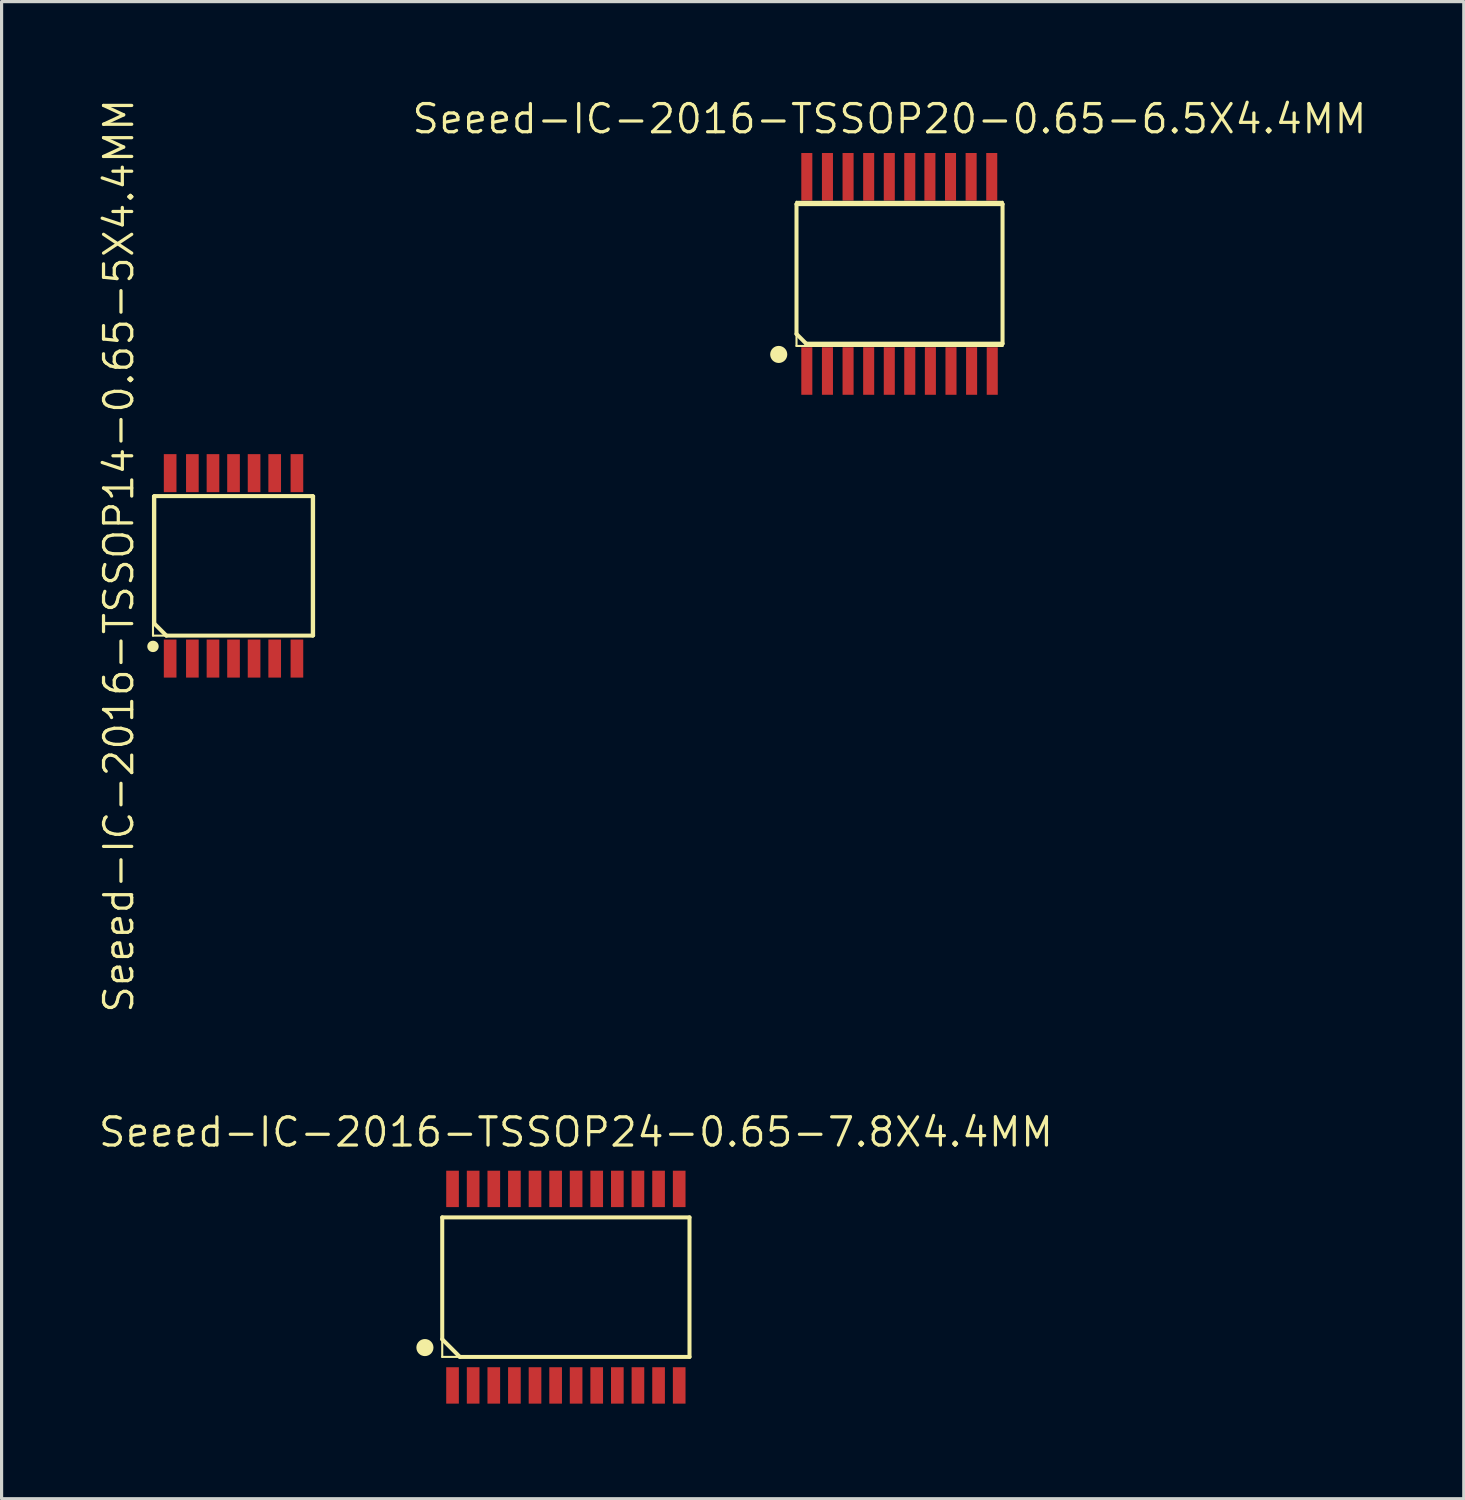
<source format=kicad_pcb>
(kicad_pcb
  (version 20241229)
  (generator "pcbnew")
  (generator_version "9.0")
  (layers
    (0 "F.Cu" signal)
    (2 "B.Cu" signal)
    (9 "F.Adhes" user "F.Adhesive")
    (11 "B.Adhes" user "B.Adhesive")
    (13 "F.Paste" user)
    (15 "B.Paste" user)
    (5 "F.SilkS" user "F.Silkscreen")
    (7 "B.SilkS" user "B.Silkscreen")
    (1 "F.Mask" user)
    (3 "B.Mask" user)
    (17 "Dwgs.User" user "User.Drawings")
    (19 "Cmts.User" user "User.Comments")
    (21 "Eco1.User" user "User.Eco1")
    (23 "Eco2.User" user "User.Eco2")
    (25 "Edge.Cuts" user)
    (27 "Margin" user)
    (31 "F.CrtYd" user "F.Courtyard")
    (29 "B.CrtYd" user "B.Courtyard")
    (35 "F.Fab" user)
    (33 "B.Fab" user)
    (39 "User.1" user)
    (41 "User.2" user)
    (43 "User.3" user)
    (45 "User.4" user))
  (footprint "Seeed-IC-2016-TSSOP24-0.65-7.8X4.4MM"
    (layer "F.Cu")
    (at 14.796 37.544)
    (property "Reference" "Seeed-IC-2016-TSSOP24-0.65-7.8X4.4MM" (at 0.318 -4.889 0) (layer "F.SilkS") (effects (font (size 0.889 0.889) (thickness 0.102))))
    (attr smd)
    (fp_line (start -3.899 -2.2) (end 3.899 -2.2) (stroke (width 0.066) (type solid)) (layer "F.SilkS"))
    (fp_line (start -3.899 -2.2) (end 3.899 -2.2) (stroke (width 0.127) (type solid)) (layer "F.SilkS"))
    (fp_line (start -3.899 1.643) (end -3.899 -2.2) (stroke (width 0.127) (type solid)) (layer "F.SilkS"))
    (fp_line (start -3.899 2.2) (end -3.899 -2.2) (stroke (width 0.066) (type solid)) (layer "F.SilkS"))
    (fp_line (start -3.899 2.2) (end 3.899 2.2) (stroke (width 0.066) (type solid)) (layer "F.SilkS"))
    (fp_line (start -3.343 2.2) (end -3.899 1.643) (stroke (width 0.127) (type solid)) (layer "F.SilkS"))
    (fp_line (start 3.899 -2.2) (end 3.899 2.2) (stroke (width 0.127) (type solid)) (layer "F.SilkS"))
    (fp_line (start 3.899 2.2) (end -3.343 2.2) (stroke (width 0.127) (type solid)) (layer "F.SilkS"))
    (fp_line (start 3.899 2.2) (end 3.899 -2.2) (stroke (width 0.066) (type solid)) (layer "F.SilkS"))
    (fp_circle (center -4.445 1.905) (end -4.636 2.095) (stroke (width 0) (type solid)) (fill yes) (layer "F.SilkS"))
    (pad "1" smd rect (at -3.574 3.099 90) (size 1.148 0.399) (layers "F.Cu" "F.Mask" "F.Paste"))
    (pad "2" smd rect (at -2.924 3.099 90) (size 1.148 0.399) (layers "F.Cu" "F.Mask" "F.Paste"))
    (pad "3" smd rect (at -2.273 3.099 90) (size 1.148 0.399) (layers "F.Cu" "F.Mask" "F.Paste"))
    (pad "4" smd rect (at -1.623 3.099 90) (size 1.148 0.399) (layers "F.Cu" "F.Mask" "F.Paste"))
    (pad "5" smd rect (at -0.973 3.099 90) (size 1.148 0.399) (layers "F.Cu" "F.Mask" "F.Paste"))
    (pad "6" smd rect (at -0.323 3.099 90) (size 1.148 0.399) (layers "F.Cu" "F.Mask" "F.Paste"))
    (pad "7" smd rect (at 0.323 3.099 90) (size 1.148 0.399) (layers "F.Cu" "F.Mask" "F.Paste"))
    (pad "8" smd rect (at 0.973 3.099 90) (size 1.148 0.399) (layers "F.Cu" "F.Mask" "F.Paste"))
    (pad "9" smd rect (at 1.623 3.099 90) (size 1.148 0.399) (layers "F.Cu" "F.Mask" "F.Paste"))
    (pad "10" smd rect (at 2.273 3.099 90) (size 1.148 0.399) (layers "F.Cu" "F.Mask" "F.Paste"))
    (pad "11" smd rect (at 2.924 3.099 90) (size 1.148 0.399) (layers "F.Cu" "F.Mask" "F.Paste"))
    (pad "12" smd rect (at 3.574 3.099 90) (size 1.148 0.399) (layers "F.Cu" "F.Mask" "F.Paste"))
    (pad "13" smd rect (at 3.574 -3.099 90) (size 1.148 0.399) (layers "F.Cu" "F.Mask" "F.Paste"))
    (pad "14" smd rect (at 2.924 -3.099 90) (size 1.148 0.399) (layers "F.Cu" "F.Mask" "F.Paste"))
    (pad "15" smd rect (at 2.273 -3.099 90) (size 1.148 0.399) (layers "F.Cu" "F.Mask" "F.Paste"))
    (pad "16" smd rect (at 1.623 -3.099 90) (size 1.148 0.399) (layers "F.Cu" "F.Mask" "F.Paste"))
    (pad "17" smd rect (at 0.973 -3.099 90) (size 1.148 0.399) (layers "F.Cu" "F.Mask" "F.Paste"))
    (pad "18" smd rect (at 0.323 -3.099 90) (size 1.148 0.399) (layers "F.Cu" "F.Mask" "F.Paste"))
    (pad "19" smd rect (at -0.323 -3.099 90) (size 1.148 0.399) (layers "F.Cu" "F.Mask" "F.Paste"))
    (pad "20" smd rect (at -0.973 -3.099 90) (size 1.148 0.399) (layers "F.Cu" "F.Mask" "F.Paste"))
    (pad "21" smd rect (at -1.623 -3.099 90) (size 1.148 0.399) (layers "F.Cu" "F.Mask" "F.Paste"))
    (pad "22" smd rect (at -2.273 -3.099 90) (size 1.148 0.399) (layers "F.Cu" "F.Mask" "F.Paste"))
    (pad "23" smd rect (at -2.924 -3.099 90) (size 1.148 0.399) (layers "F.Cu" "F.Mask" "F.Paste"))
    (pad "24" smd rect (at -3.574 -3.099 90) (size 1.148 0.399) (layers "F.Cu" "F.Mask" "F.Paste")))
  (footprint "Seeed-IC-2016-TSSOP20-0.65-6.5X4.4MM"
    (layer "F.Cu")
    (at 25.319 5.588)
    (property "Reference" "Seeed-IC-2016-TSSOP20-0.65-6.5X4.4MM" (at -0.318 -4.889 0) (layer "F.SilkS") (effects (font (size 0.889 0.889) (thickness 0.102))))
    (attr smd)
    (fp_line (start -3.249 -2.273) (end 3.249 -2.273) (stroke (width 0.066) (type solid)) (layer "F.SilkS"))
    (fp_line (start -3.249 -2.2) (end 3.249 -2.2) (stroke (width 0.127) (type solid)) (layer "F.SilkS"))
    (fp_line (start -3.249 1.895) (end -3.249 -2.2) (stroke (width 0.127) (type solid)) (layer "F.SilkS"))
    (fp_line (start -3.249 2.273) (end -3.249 -2.273) (stroke (width 0.066) (type solid)) (layer "F.SilkS"))
    (fp_line (start -3.249 2.273) (end 3.249 2.273) (stroke (width 0.066) (type solid)) (layer "F.SilkS"))
    (fp_line (start -2.944 2.2) (end -3.249 1.895) (stroke (width 0.127) (type solid)) (layer "F.SilkS"))
    (fp_line (start 3.249 -2.2) (end 3.249 2.2) (stroke (width 0.127) (type solid)) (layer "F.SilkS"))
    (fp_line (start 3.249 2.2) (end -2.944 2.2) (stroke (width 0.127) (type solid)) (layer "F.SilkS"))
    (fp_line (start 3.249 2.273) (end 3.249 -2.273) (stroke (width 0.066) (type solid)) (layer "F.SilkS"))
    (fp_circle (center -3.81 2.54) (end -4 2.731) (stroke (width 0) (type solid)) (fill yes) (layer "F.SilkS"))
    (pad "1" smd rect (at -2.924 3.063 90) (size 1.499 0.348) (layers "F.Cu" "F.Mask" "F.Paste"))
    (pad "2" smd rect (at -2.273 3.063 90) (size 1.499 0.348) (layers "F.Cu" "F.Mask" "F.Paste"))
    (pad "3" smd rect (at -1.623 3.063 90) (size 1.499 0.348) (layers "F.Cu" "F.Mask" "F.Paste"))
    (pad "4" smd rect (at -0.973 3.063 90) (size 1.499 0.348) (layers "F.Cu" "F.Mask" "F.Paste"))
    (pad "5" smd rect (at -0.323 3.063 90) (size 1.499 0.348) (layers "F.Cu" "F.Mask" "F.Paste"))
    (pad "6" smd rect (at 0.323 3.063 90) (size 1.499 0.348) (layers "F.Cu" "F.Mask" "F.Paste"))
    (pad "7" smd rect (at 0.973 3.063 90) (size 1.499 0.348) (layers "F.Cu" "F.Mask" "F.Paste"))
    (pad "8" smd rect (at 1.623 3.063 90) (size 1.499 0.348) (layers "F.Cu" "F.Mask" "F.Paste"))
    (pad "9" smd rect (at 2.273 3.063 90) (size 1.499 0.348) (layers "F.Cu" "F.Mask" "F.Paste"))
    (pad "10" smd rect (at 2.924 3.063 90) (size 1.499 0.348) (layers "F.Cu" "F.Mask" "F.Paste"))
    (pad "11" smd rect (at 2.908 -3.063 90) (size 1.499 0.348) (layers "F.Cu" "F.Mask" "F.Paste"))
    (pad "12" smd rect (at 2.258 -3.063 90) (size 1.499 0.348) (layers "F.Cu" "F.Mask" "F.Paste"))
    (pad "13" smd rect (at 1.608 -3.063 90) (size 1.499 0.348) (layers "F.Cu" "F.Mask" "F.Paste"))
    (pad "14" smd rect (at 0.958 -3.063 90) (size 1.499 0.348) (layers "F.Cu" "F.Mask" "F.Paste"))
    (pad "15" smd rect (at 0.323 -3.063 90) (size 1.499 0.348) (layers "F.Cu" "F.Mask" "F.Paste"))
    (pad "16" smd rect (at -0.323 -3.063 90) (size 1.499 0.348) (layers "F.Cu" "F.Mask" "F.Paste"))
    (pad "17" smd rect (at -0.973 -3.063 90) (size 1.499 0.348) (layers "F.Cu" "F.Mask" "F.Paste"))
    (pad "18" smd rect (at -1.623 -3.063 90) (size 1.499 0.348) (layers "F.Cu" "F.Mask" "F.Paste"))
    (pad "19" smd rect (at -2.273 -3.063 90) (size 1.499 0.348) (layers "F.Cu" "F.Mask" "F.Paste"))
    (pad "20" smd rect (at -2.924 -3.063 90) (size 1.499 0.348) (layers "F.Cu" "F.Mask" "F.Paste")))
  (footprint "Seeed-IC-2016-TSSOP14-0.65-5X4.4MM"
    (layer "F.Cu")
    (at 4.315 14.796)
    (property "Reference" "Seeed-IC-2016-TSSOP14-0.65-5X4.4MM" (at -3.617 -0.318 90) (layer "F.SilkS") (effects (font (size 0.889 0.889) (thickness 0.102))))
    (attr smd)
    (fp_line (start -2.54 -2.2) (end 2.54 -2.2) (stroke (width 0.066) (type solid)) (layer "F.SilkS"))
    (fp_line (start -2.54 2.2) (end -2.54 -2.2) (stroke (width 0.066) (type solid)) (layer "F.SilkS"))
    (fp_line (start -2.54 2.2) (end 2.54 2.2) (stroke (width 0.066) (type solid)) (layer "F.SilkS"))
    (fp_line (start -2.499 -2.2) (end 2.499 -2.2) (stroke (width 0.127) (type solid)) (layer "F.SilkS"))
    (fp_line (start -2.499 1.819) (end -2.499 -2.2) (stroke (width 0.127) (type solid)) (layer "F.SilkS"))
    (fp_line (start -2.118 2.2) (end -2.499 1.819) (stroke (width 0.127) (type solid)) (layer "F.SilkS"))
    (fp_line (start 2.499 -2.2) (end 2.499 2.2) (stroke (width 0.127) (type solid)) (layer "F.SilkS"))
    (fp_line (start 2.499 2.2) (end -2.118 2.2) (stroke (width 0.127) (type solid)) (layer "F.SilkS"))
    (fp_line (start 2.54 2.2) (end 2.54 -2.2) (stroke (width 0.066) (type solid)) (layer "F.SilkS"))
    (fp_circle (center -2.54 2.54) (end -2.667 2.667) (stroke (width 0) (type solid)) (fill yes) (layer "F.SilkS"))
    (pad "1" smd rect (at -1.999 2.924) (size 0.399 1.199) (layers "F.Cu" "F.Mask" "F.Paste"))
    (pad "2" smd rect (at -1.298 2.924) (size 0.399 1.199) (layers "F.Cu" "F.Mask" "F.Paste"))
    (pad "3" smd rect (at -0.648 2.924) (size 0.399 1.199) (layers "F.Cu" "F.Mask" "F.Paste"))
    (pad "4" smd rect (at 0 2.924) (size 0.399 1.199) (layers "F.Cu" "F.Mask" "F.Paste"))
    (pad "5" smd rect (at 0.648 2.924) (size 0.399 1.199) (layers "F.Cu" "F.Mask" "F.Paste"))
    (pad "6" smd rect (at 1.298 2.924) (size 0.399 1.199) (layers "F.Cu" "F.Mask" "F.Paste"))
    (pad "7" smd rect (at 1.999 2.924) (size 0.399 1.199) (layers "F.Cu" "F.Mask" "F.Paste"))
    (pad "8" smd rect (at 1.999 -2.924 180) (size 0.399 1.199) (layers "F.Cu" "F.Mask" "F.Paste"))
    (pad "9" smd rect (at 1.298 -2.924) (size 0.399 1.199) (layers "F.Cu" "F.Mask" "F.Paste"))
    (pad "10" smd rect (at 0.648 -2.924) (size 0.399 1.199) (layers "F.Cu" "F.Mask" "F.Paste"))
    (pad "11" smd rect (at 0 -2.924) (size 0.399 1.199) (layers "F.Cu" "F.Mask" "F.Paste"))
    (pad "12" smd rect (at -0.648 -2.924) (size 0.399 1.199) (layers "F.Cu" "F.Mask" "F.Paste"))
    (pad "13" smd rect (at -1.298 -2.924) (size 0.399 1.199) (layers "F.Cu" "F.Mask" "F.Paste"))
    (pad "14" smd rect (at -1.999 -2.924) (size 0.399 1.199) (layers "F.Cu" "F.Mask" "F.Paste")))
  (gr_rect
    (start -3 -3)
    (end 43.114 44.217)
    (stroke (width 0.1) (type default))
    (fill no)
    (layer "Edge.Cuts")))
</source>
